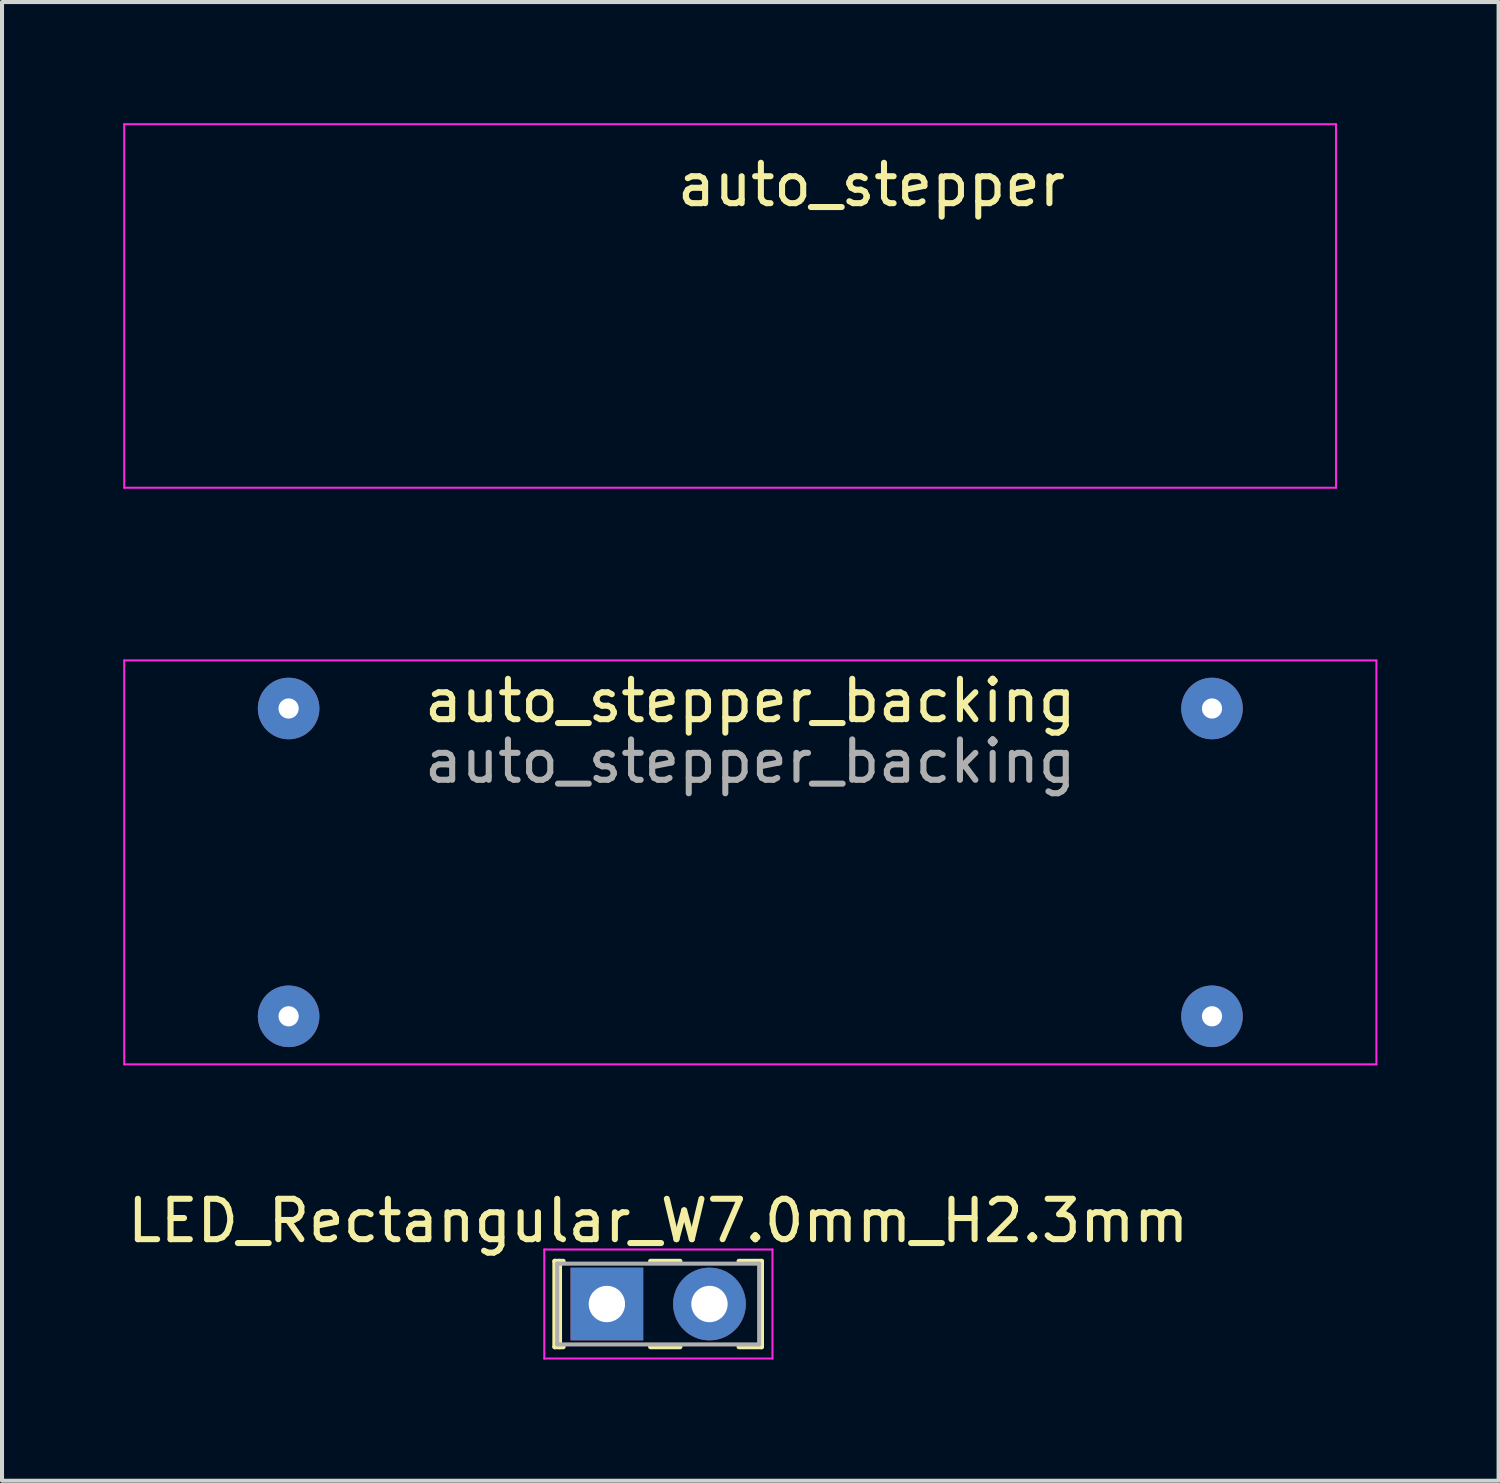
<source format=kicad_pcb>
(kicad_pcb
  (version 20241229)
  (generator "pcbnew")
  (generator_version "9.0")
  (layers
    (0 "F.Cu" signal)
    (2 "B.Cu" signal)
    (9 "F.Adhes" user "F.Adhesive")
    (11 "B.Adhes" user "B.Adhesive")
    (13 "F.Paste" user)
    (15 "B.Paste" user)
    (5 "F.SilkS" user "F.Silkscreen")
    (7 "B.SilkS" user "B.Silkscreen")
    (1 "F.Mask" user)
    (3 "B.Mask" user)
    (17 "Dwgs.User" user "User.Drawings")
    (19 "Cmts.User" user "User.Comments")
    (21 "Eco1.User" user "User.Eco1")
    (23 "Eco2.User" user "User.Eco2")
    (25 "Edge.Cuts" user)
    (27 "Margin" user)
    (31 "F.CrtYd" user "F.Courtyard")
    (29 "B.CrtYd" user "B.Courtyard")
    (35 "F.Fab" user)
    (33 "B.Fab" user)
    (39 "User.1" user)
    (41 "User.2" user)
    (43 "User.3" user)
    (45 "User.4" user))
  (footprint "auto_stepper_backing"
    (layer "F.Cu")
    (at 15.525 12.3)
    (property "Reference" "auto_stepper_backing" (at 0 2 0) (unlocked yes) (layer "F.SilkS") (effects (font (size 1 1) (thickness 0.15))))
    (attr through_hole)
    (fp_line (start -15.5 1) (end 15.5 1) (stroke (width 0.05) (type solid)) (layer "F.CrtYd"))
    (fp_line (start -15.5 11) (end -15.5 1) (stroke (width 0.05) (type solid)) (layer "F.CrtYd"))
    (fp_line (start 15.5 1) (end 15.5 11) (stroke (width 0.05) (type solid)) (layer "F.CrtYd"))
    (fp_line (start 15.5 11) (end -15.5 11) (stroke (width 0.05) (type solid)) (layer "F.CrtYd"))
    (fp_text user "${REFERENCE}" (at 0 3.5 0) (unlocked yes) (layer "F.Fab") (effects (font (size 1 1) (thickness 0.15))))
    (pad "" np_thru_hole circle (at -13.5 6) (size 0.001 0.001) (drill 1) (layers "*.Cu" "*.Mask"))
    (pad "" np_thru_hole circle (at 13.5 6) (size 0.001 0.001) (drill 1) (layers "*.Cu" "*.Mask"))
    (pad "1" thru_hole circle (at 11.43 2.19) (size 1.524 1.524) (drill 0.5) (layers "*.Cu" "*.Mask"))
    (pad "2" thru_hole circle (at -11.43 2.19) (size 1.524 1.524) (drill 0.5) (layers "*.Cu" "*.Mask"))
    (pad "3" thru_hole circle (at -11.43 9.81) (size 1.524 1.524) (drill 0.5) (layers "*.Cu" "*.Mask"))
    (pad "4" thru_hole circle (at 11.43 9.81) (size 1.524 1.524) (drill 0.5) (layers "*.Cu" "*.Mask")))
  (footprint "auto_stepper"
    (layer "F.Cu")
    (at 15.025 1.525)
    (property "Reference" "auto_stepper" (at 3.5 0 0) (layer "F.SilkS") (effects (font (size 1 1) (thickness 0.15))))
    (attr through_hole)
    (fp_line (start -15 -1.5) (end -15 7.5) (stroke (width 0.05) (type solid)) (layer "F.CrtYd"))
    (fp_line (start -15 7.5) (end 15 7.5) (stroke (width 0.05) (type solid)) (layer "F.CrtYd"))
    (fp_line (start 15 -1.5) (end -15 -1.5) (stroke (width 0.05) (type solid)) (layer "F.CrtYd"))
    (fp_line (start 15 7.5) (end 15 -1.5) (stroke (width 0.05) (type solid)) (layer "F.CrtYd"))
    (pad "" np_thru_hole circle (at -13.5 6) (size 0.001 0.001) (drill 1) (layers "*.Cu" "*.Mask"))
    (pad "" np_thru_hole circle (at 0 0) (size 0.001 0.001) (drill 2) (layers "*.Cu" "*.Mask"))
    (pad "" np_thru_hole circle (at 13.5 6) (size 0.001 0.001) (drill 1) (layers "*.Cu" "*.Mask")))
  (footprint "LED_Rectangular_W7.0mm_H2.3mm"
    (layer "F.Cu")
    (at 11.974 29.233)
    (property "Reference" "LED_Rectangular_W7.0mm_H2.3mm" (at 1.27 -2.06 0) (layer "F.SilkS") (effects (font (size 1 1) (thickness 0.15))))
    (attr through_hole)
    (fp_line (start -1.29 -1.06) (end -1.29 1.06) (stroke (width 0.12) (type solid)) (layer "F.SilkS"))
    (fp_line (start -1.29 -1.06) (end -1.08 -1.06) (stroke (width 0.12) (type solid)) (layer "F.SilkS"))
    (fp_line (start -1.29 1.06) (end -1.08 1.06) (stroke (width 0.12) (type solid)) (layer "F.SilkS"))
    (fp_line (start -1.17 -1.06) (end -1.17 1.06) (stroke (width 0.12) (type solid)) (layer "F.SilkS"))
    (fp_line (start 1.08 -1.06) (end 1.811 -1.06) (stroke (width 0.12) (type solid)) (layer "F.SilkS"))
    (fp_line (start 1.08 1.06) (end 1.811 1.06) (stroke (width 0.12) (type solid)) (layer "F.SilkS"))
    (fp_line (start 3.27 -1.06) (end 3.83 -1.06) (stroke (width 0.12) (type solid)) (layer "F.SilkS"))
    (fp_line (start 3.27 1.06) (end 3.83 1.06) (stroke (width 0.12) (type solid)) (layer "F.SilkS"))
    (fp_line (start 3.83 -1.06) (end 3.83 1.06) (stroke (width 0.12) (type solid)) (layer "F.SilkS"))
    (fp_line (start -1.55 -1.35) (end -1.55 1.35) (stroke (width 0.05) (type solid)) (layer "F.CrtYd"))
    (fp_line (start -1.55 1.35) (end 4.1 1.35) (stroke (width 0.05) (type solid)) (layer "F.CrtYd"))
    (fp_line (start 4.1 -1.35) (end -1.55 -1.35) (stroke (width 0.05) (type solid)) (layer "F.CrtYd"))
    (fp_line (start 4.1 1.35) (end 4.1 -1.35) (stroke (width 0.05) (type solid)) (layer "F.CrtYd"))
    (fp_line (start -1.23 -1) (end -1.23 1) (stroke (width 0.1) (type solid)) (layer "F.Fab"))
    (fp_line (start -1.23 1) (end 3.77 1) (stroke (width 0.1) (type solid)) (layer "F.Fab"))
    (fp_line (start 3.77 -1) (end -1.23 -1) (stroke (width 0.1) (type solid)) (layer "F.Fab"))
    (fp_line (start 3.77 1) (end 3.77 -1) (stroke (width 0.1) (type solid)) (layer "F.Fab"))
    (pad "1" thru_hole rect (at 0 0) (size 1.8 1.8) (drill 0.9) (layers "*.Cu" "*.Mask"))
    (pad "2" thru_hole circle (at 2.54 0) (size 1.8 1.8) (drill 0.9) (layers "*.Cu" "*.Mask")))
  (gr_rect
    (start -3 -3)
    (end 34.05 33.608)
    (stroke (width 0.1) (type default))
    (fill no)
    (layer "Edge.Cuts")))
</source>
